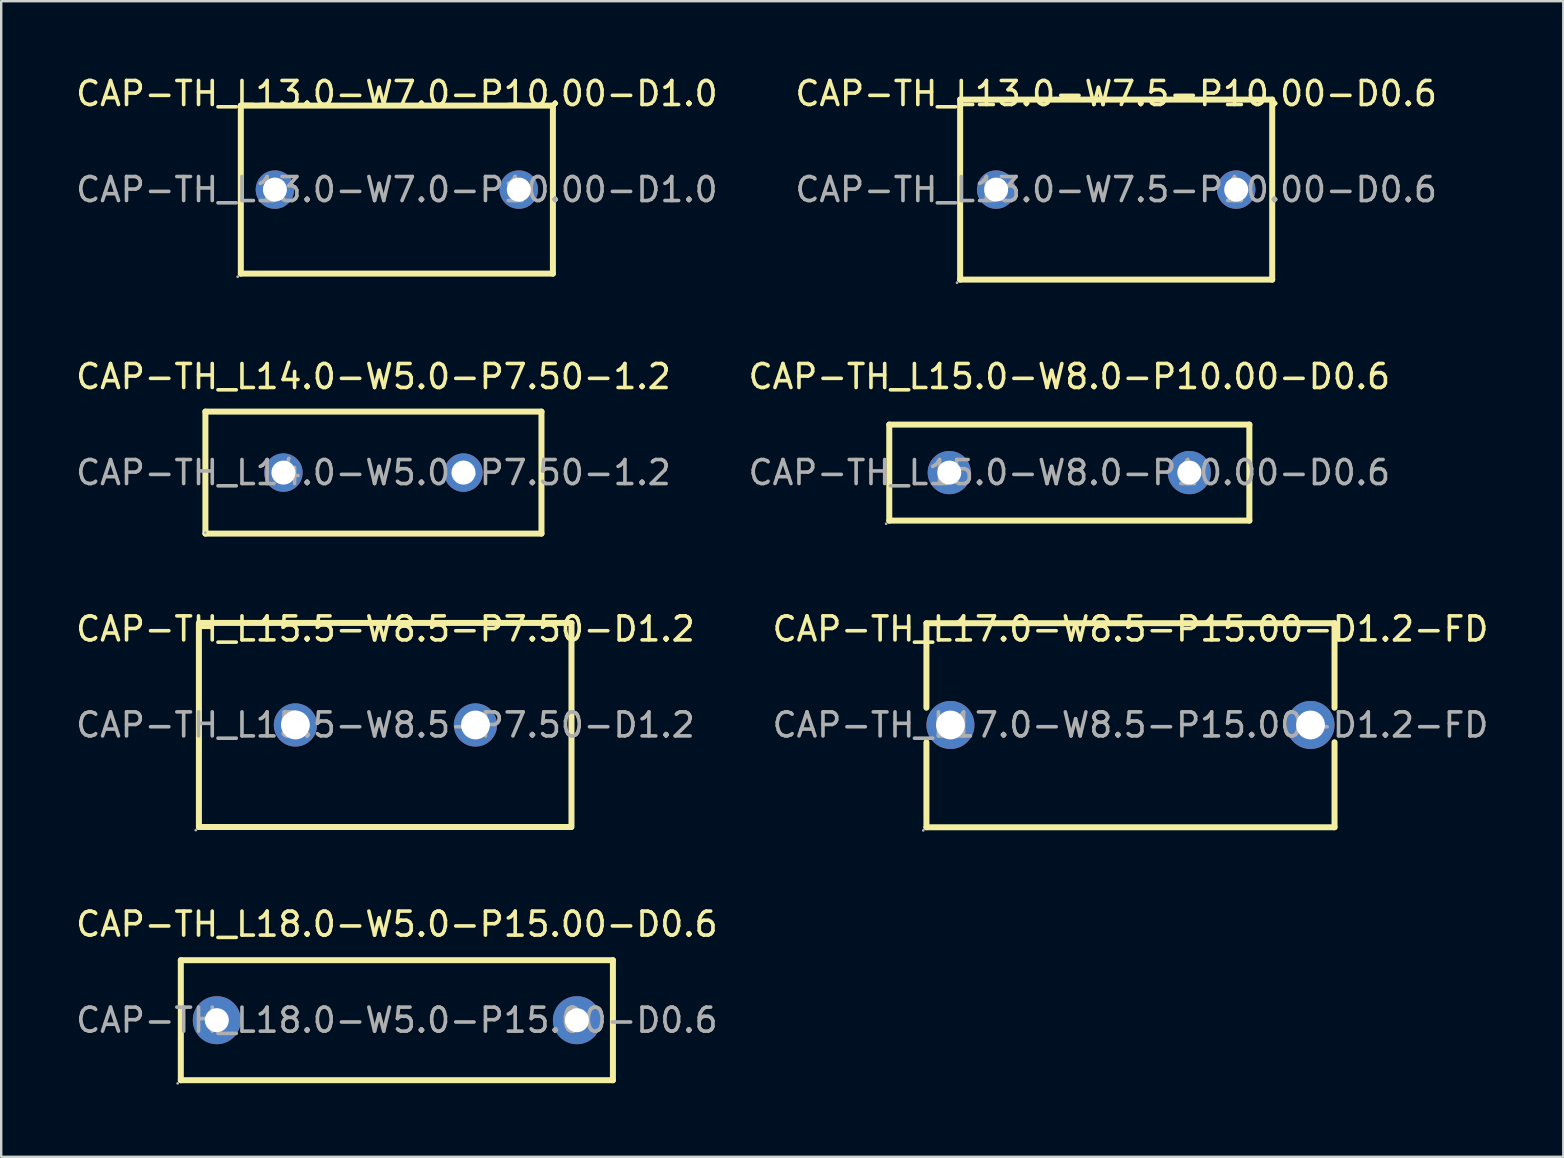
<source format=kicad_pcb>
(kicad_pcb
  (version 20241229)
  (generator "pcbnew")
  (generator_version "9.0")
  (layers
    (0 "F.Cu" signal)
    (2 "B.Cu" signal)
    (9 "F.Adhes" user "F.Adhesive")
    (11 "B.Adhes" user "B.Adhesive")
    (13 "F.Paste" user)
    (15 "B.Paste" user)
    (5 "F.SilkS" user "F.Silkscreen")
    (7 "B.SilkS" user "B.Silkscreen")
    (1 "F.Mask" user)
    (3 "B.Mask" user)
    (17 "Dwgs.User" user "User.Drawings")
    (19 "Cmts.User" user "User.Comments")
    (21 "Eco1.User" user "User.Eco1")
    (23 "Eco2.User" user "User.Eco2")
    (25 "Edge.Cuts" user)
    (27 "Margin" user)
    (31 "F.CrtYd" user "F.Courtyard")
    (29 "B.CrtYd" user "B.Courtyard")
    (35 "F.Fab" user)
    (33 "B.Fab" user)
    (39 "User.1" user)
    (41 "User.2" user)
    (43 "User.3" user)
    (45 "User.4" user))
  (footprint "CAP-TH_L15.5-W8.5-P7.50-D1.2"
    (layer "F.Cu")
    (at 13.006 27.15)
    (property "Reference" "CAP-TH_L15.5-W8.5-P7.50-D1.2" (at 0 -4 0) (layer "F.SilkS") (effects (font (size 1 1) (thickness 0.15))))
    (attr through_hole)
    (fp_line (start -7.77 4.25) (end -7.77 -4.25) (stroke (width 0.25) (type solid)) (layer "F.SilkS"))
    (fp_line (start -7.75 -4.25) (end 7.75 -4.25) (stroke (width 0.25) (type solid)) (layer "F.SilkS"))
    (fp_line (start 7.73 4.25) (end -7.77 4.25) (stroke (width 0.25) (type solid)) (layer "F.SilkS"))
    (fp_line (start 7.75 -4.25) (end 7.75 4.25) (stroke (width 0.25) (type solid)) (layer "F.SilkS"))
    (fp_circle (center -7.9 4.38) (end -7.87 4.38) (stroke (width 0.06) (type solid)) (fill no) (layer "F.Fab"))
    (fp_circle (center -3.75 0) (end -3.5 0) (stroke (width 0.5) (type solid)) (fill no) (layer "F.Fab"))
    (fp_circle (center 3.75 0) (end 4 0) (stroke (width 0.5) (type solid)) (fill no) (layer "F.Fab"))
    (fp_text user "${REFERENCE}" (at 0 0 0) (layer "F.Fab") (effects (font (size 1 1) (thickness 0.15))))
    (pad "1" thru_hole circle (at -3.75 0) (size 1.8 1.8) (drill 1.2) (layers "*.Cu" "*.Paste" "*.Mask"))
    (pad "2" thru_hole circle (at 3.75 0) (size 1.8 1.8) (drill 1.2) (layers "*.Cu" "*.Paste" "*.Mask")))
  (footprint "CAP-TH_L13.0-W7.0-P10.00-D1.0"
    (layer "F.Cu")
    (at 13.482 4.848)
    (property "Reference" "CAP-TH_L13.0-W7.0-P10.00-D1.0" (at 0 -4 0) (layer "F.SilkS") (effects (font (size 1 1) (thickness 0.15))))
    (attr through_hole)
    (fp_line (start -6.5 -3.5) (end 6.5 -3.5) (stroke (width 0.25) (type solid)) (layer "F.SilkS"))
    (fp_line (start -6.5 3.5) (end -6.5 -3.5) (stroke (width 0.25) (type solid)) (layer "F.SilkS"))
    (fp_line (start 6.5 -3.5) (end 6.5 3.5) (stroke (width 0.25) (type solid)) (layer "F.SilkS"))
    (fp_line (start 6.5 3.5) (end -6.5 3.5) (stroke (width 0.25) (type solid)) (layer "F.SilkS"))
    (fp_circle (center -6.63 3.63) (end -6.6 3.63) (stroke (width 0.06) (type solid)) (fill no) (layer "F.Fab"))
    (fp_circle (center -5.08 0) (end -4.88 0) (stroke (width 0.4) (type solid)) (fill no) (layer "F.Fab"))
    (fp_circle (center 5.08 0) (end 5.28 0) (stroke (width 0.4) (type solid)) (fill no) (layer "F.Fab"))
    (fp_text user "${REFERENCE}" (at 0 0 0) (layer "F.Fab") (effects (font (size 1 1) (thickness 0.15))))
    (pad "1" thru_hole circle (at -5.08 0) (size 1.6 1.6) (drill 1) (layers "*.Cu" "*.Paste" "*.Mask"))
    (pad "2" thru_hole circle (at 5.08 0) (size 1.6 1.6) (drill 1) (layers "*.Cu" "*.Paste" "*.Mask")))
  (footprint "CAP-TH_L13.0-W7.5-P10.00-D0.6"
    (layer "F.Cu")
    (at 43.446 4.848)
    (property "Reference" "CAP-TH_L13.0-W7.5-P10.00-D0.6" (at 0 -4 0) (layer "F.SilkS") (effects (font (size 1 1) (thickness 0.15))))
    (attr through_hole)
    (fp_line (start -6.5 -3.75) (end 6.5 -3.75) (stroke (width 0.25) (type solid)) (layer "F.SilkS"))
    (fp_line (start -6.5 3.75) (end -6.5 -3.75) (stroke (width 0.25) (type solid)) (layer "F.SilkS"))
    (fp_line (start 6.5 -3.75) (end 6.5 3.75) (stroke (width 0.25) (type solid)) (layer "F.SilkS"))
    (fp_line (start 6.5 3.75) (end -6.5 3.75) (stroke (width 0.25) (type solid)) (layer "F.SilkS"))
    (fp_circle (center -6.63 3.88) (end -6.6 3.88) (stroke (width 0.06) (type solid)) (fill no) (layer "F.Fab"))
    (fp_circle (center -5 0) (end -4.8 0) (stroke (width 0.4) (type solid)) (fill no) (layer "F.Fab"))
    (fp_circle (center 5 0) (end 5.2 0) (stroke (width 0.4) (type solid)) (fill no) (layer "F.Fab"))
    (fp_text user "${REFERENCE}" (at 0 0 0) (layer "F.Fab") (effects (font (size 1 1) (thickness 0.15))))
    (pad "1" thru_hole circle (at -5 0) (size 1.6 1.6) (drill 1) (layers "*.Cu" "*.Paste" "*.Mask"))
    (pad "2" thru_hole circle (at 5 0) (size 1.6 1.6) (drill 1) (layers "*.Cu" "*.Paste" "*.Mask")))
  (footprint "CAP-TH_L18.0-W5.0-P15.00-D0.6"
    (layer "F.Cu")
    (at 13.482 39.448)
    (property "Reference" "CAP-TH_L18.0-W5.0-P15.00-D0.6" (at 0 -4 0) (layer "F.SilkS") (effects (font (size 1 1) (thickness 0.15))))
    (attr through_hole)
    (fp_line (start -9 -2.5) (end 9 -2.5) (stroke (width 0.25) (type solid)) (layer "F.SilkS"))
    (fp_line (start -9 2.5) (end -9 -2.5) (stroke (width 0.25) (type solid)) (layer "F.SilkS"))
    (fp_line (start 9 -2.5) (end 9 2.5) (stroke (width 0.25) (type solid)) (layer "F.SilkS"))
    (fp_line (start 9 2.5) (end -9 2.5) (stroke (width 0.25) (type solid)) (layer "F.SilkS"))
    (fp_circle (center -9.13 2.63) (end -9.1 2.63) (stroke (width 0.06) (type solid)) (fill no) (layer "F.Fab"))
    (fp_circle (center -7.5 0) (end -7.3 0) (stroke (width 0.4) (type solid)) (fill no) (layer "F.Fab"))
    (fp_circle (center 7.5 0) (end 7.7 0) (stroke (width 0.4) (type solid)) (fill no) (layer "F.Fab"))
    (fp_text user "${REFERENCE}" (at 0 0 0) (layer "F.Fab") (effects (font (size 1 1) (thickness 0.15))))
    (pad "1" thru_hole circle (at -7.5 0) (size 2 2) (drill 1) (layers "*.Cu" "*.Paste" "*.Mask"))
    (pad "2" thru_hole circle (at 7.5 0) (size 2 2) (drill 1) (layers "*.Cu" "*.Paste" "*.Mask")))
  (footprint "CAP-TH_L17.0-W8.5-P15.00-D1.2-FD"
    (layer "F.Cu")
    (at 44.042 27.15)
    (property "Reference" "CAP-TH_L17.0-W8.5-P15.00-D1.2-FD" (at 0 -4 0) (layer "F.SilkS") (effects (font (size 1 1) (thickness 0.15))))
    (attr through_hole)
    (fp_line (start -8.5 -4.24) (end 8.5 -4.24) (stroke (width 0.25) (type solid)) (layer "F.SilkS"))
    (fp_line (start -8.5 -0.72) (end -8.5 -4.24) (stroke (width 0.25) (type solid)) (layer "F.SilkS"))
    (fp_line (start -8.5 4.26) (end -8.5 0.72) (stroke (width 0.25) (type solid)) (layer "F.SilkS"))
    (fp_line (start 8.5 -4.24) (end 8.5 -0.72) (stroke (width 0.25) (type solid)) (layer "F.SilkS"))
    (fp_line (start 8.5 0.72) (end 8.5 4.26) (stroke (width 0.25) (type solid)) (layer "F.SilkS"))
    (fp_line (start 8.5 4.26) (end -8.5 4.26) (stroke (width 0.25) (type solid)) (layer "F.SilkS"))
    (fp_circle (center -8.63 4.39) (end -8.6 4.39) (stroke (width 0.06) (type solid)) (fill no) (layer "F.Fab"))
    (fp_circle (center -7.5 0) (end -7.25 0) (stroke (width 0.5) (type solid)) (fill no) (layer "F.Fab"))
    (fp_circle (center 7.5 0) (end 7.75 0) (stroke (width 0.5) (type solid)) (fill no) (layer "F.Fab"))
    (fp_text user "${REFERENCE}" (at 0 0 0) (layer "F.Fab") (effects (font (size 1 1) (thickness 0.15))))
    (pad "1" thru_hole circle (at -7.5 0) (size 2 2) (drill 1.2) (layers "*.Cu" "*.Paste" "*.Mask"))
    (pad "2" thru_hole circle (at 7.5 0) (size 2 2) (drill 1.2) (layers "*.Cu" "*.Paste" "*.Mask")))
  (footprint "CAP-TH_L14.0-W5.0-P7.50-1.2"
    (layer "F.Cu")
    (at 12.506 16.637)
    (property "Reference" "CAP-TH_L14.0-W5.0-P7.50-1.2" (at 0 -4 0) (layer "F.SilkS") (effects (font (size 1 1) (thickness 0.15))))
    (attr through_hole)
    (fp_line (start -7 -2.54) (end 7 -2.54) (stroke (width 0.25) (type solid)) (layer "F.SilkS"))
    (fp_line (start -7 2.54) (end -7 -2.54) (stroke (width 0.25) (type solid)) (layer "F.SilkS"))
    (fp_line (start 7 -2.54) (end 7 2.54) (stroke (width 0.25) (type solid)) (layer "F.SilkS"))
    (fp_line (start 7 2.54) (end -7 2.54) (stroke (width 0.25) (type solid)) (layer "F.SilkS"))
    (fp_circle (center -7 2.5) (end -6.97 2.5) (stroke (width 0.06) (type solid)) (fill no) (layer "F.Fab"))
    (fp_circle (center -3.75 0) (end -3.6 0) (stroke (width 0.3) (type solid)) (fill no) (layer "F.Fab"))
    (fp_circle (center 3.75 0) (end 3.9 0) (stroke (width 0.3) (type solid)) (fill no) (layer "F.Fab"))
    (fp_text user "${REFERENCE}" (at 0 0 0) (layer "F.Fab") (effects (font (size 1 1) (thickness 0.15))))
    (pad "1" thru_hole circle (at -3.75 0) (size 1.6 1.6) (drill 1) (layers "*.Cu" "*.Paste" "*.Mask"))
    (pad "2" thru_hole circle (at 3.75 0) (size 1.6 1.6) (drill 1) (layers "*.Cu" "*.Paste" "*.Mask")))
  (footprint "CAP-TH_L15.0-W8.0-P10.00-D0.6"
    (layer "F.Cu")
    (at 41.494 16.637)
    (property "Reference" "CAP-TH_L15.0-W8.0-P10.00-D0.6" (at 0 -4 0) (layer "F.SilkS") (effects (font (size 1 1) (thickness 0.15))))
    (attr through_hole)
    (fp_line (start -7.5 -2) (end 7.5 -2) (stroke (width 0.25) (type solid)) (layer "F.SilkS"))
    (fp_line (start -7.5 2) (end -7.5 -2) (stroke (width 0.25) (type solid)) (layer "F.SilkS"))
    (fp_line (start 7.5 -2) (end 7.5 2) (stroke (width 0.25) (type solid)) (layer "F.SilkS"))
    (fp_line (start 7.5 2) (end -7.5 2) (stroke (width 0.25) (type solid)) (layer "F.SilkS"))
    (fp_circle (center -7.63 2.13) (end -7.6 2.13) (stroke (width 0.06) (type solid)) (fill no) (layer "F.Fab"))
    (fp_circle (center -5 0) (end -4.8 0) (stroke (width 0.4) (type solid)) (fill no) (layer "F.Fab"))
    (fp_circle (center 5 0) (end 5.2 0) (stroke (width 0.4) (type solid)) (fill no) (layer "F.Fab"))
    (fp_text user "${REFERENCE}" (at 0 0 0) (layer "F.Fab") (effects (font (size 1 1) (thickness 0.15))))
    (pad "1" thru_hole circle (at -5 0) (size 1.8 1.8) (drill 1) (layers "*.Cu" "*.Paste" "*.Mask"))
    (pad "2" thru_hole circle (at 5 0) (size 1.8 1.8) (drill 1) (layers "*.Cu" "*.Paste" "*.Mask")))
  (gr_rect
    (start -3 -3)
    (end 62.071 45.138)
    (stroke (width 0.1) (type default))
    (fill no)
    (layer "Edge.Cuts")))
</source>
